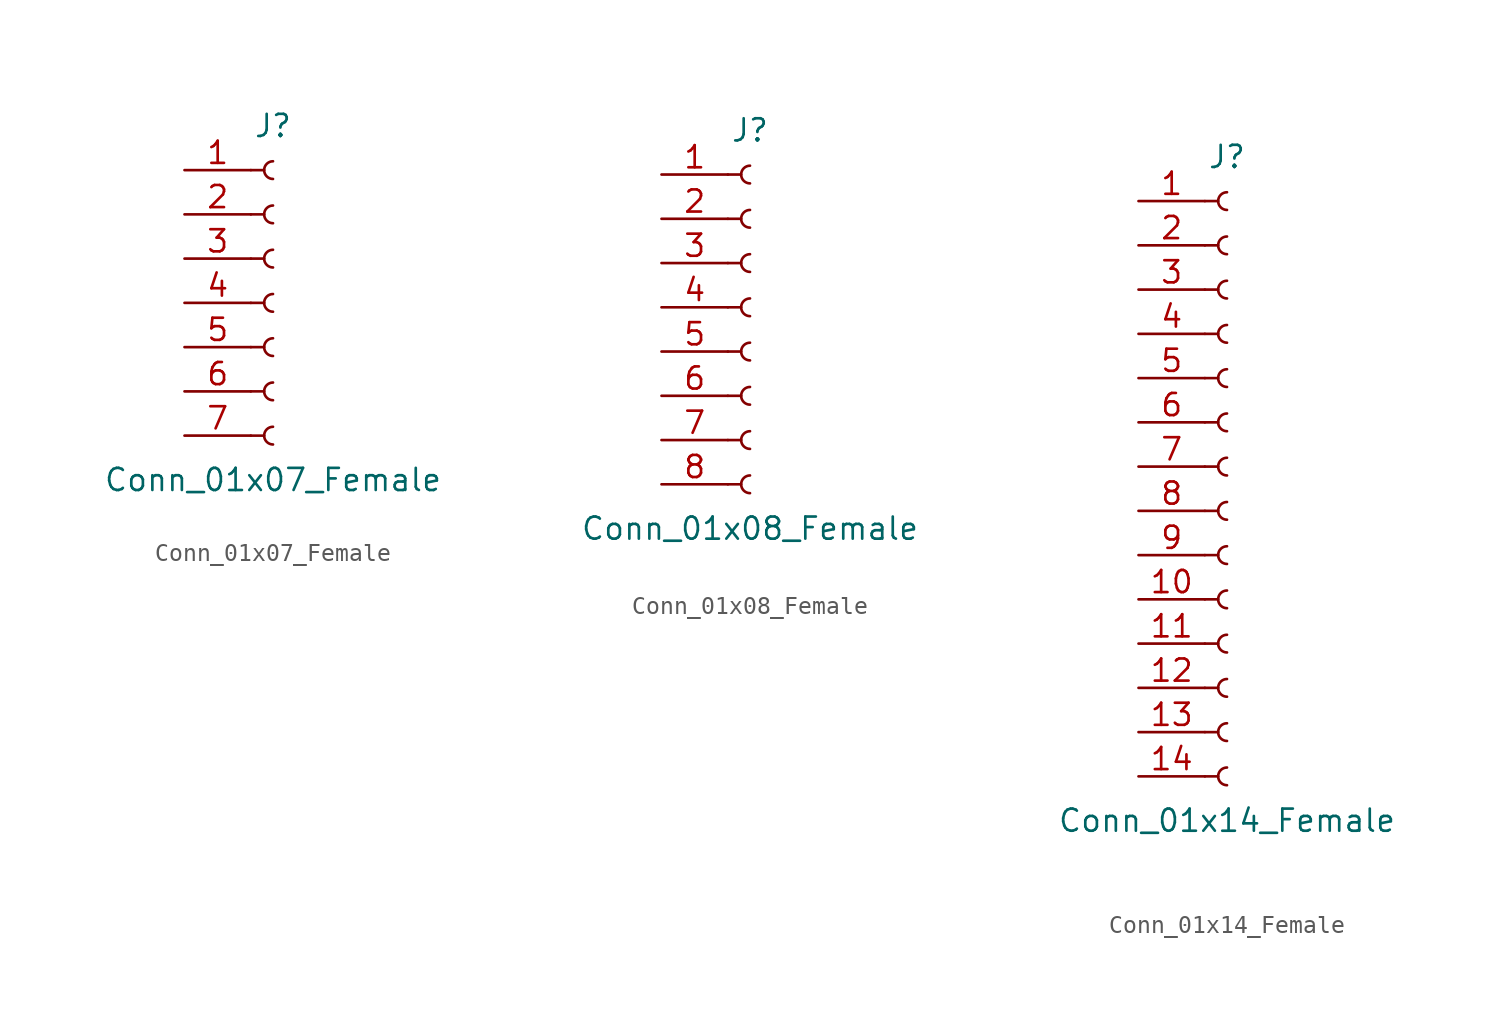
<source format=kicad_sym>
(kicad_symbol_lib
  (version 20220914)
  (generator kicad_symbol_editor)
  (symbol "Conn_01x07_Female"
    (pin_names
      (offset 1.016) hide)
    (property "Reference" "J"
      (at 0 10.16 0)
      (effects (font (size 1.27 1.27))))
    (property "Value" "Conn_01x07_Female"
      (at 0 -10.16 0)
      (effects (font (size 1.27 1.27))))
    (symbol "Conn_01x07_Female_1_1"
      (arc (start 0 -7.112) (mid -0.5058 -7.62) (end 0 -8.128) (stroke (width 0.1524) (type default)) (fill (type none)))
      (arc (start 0 -4.572) (mid -0.5058 -5.08) (end 0 -5.588) (stroke (width 0.1524) (type default)) (fill (type none)))
      (arc (start 0 -2.032) (mid -0.5058 -2.54) (end 0 -3.048) (stroke (width 0.1524) (type default)) (fill (type none)))
      (polyline (pts (xy -1.27 -7.62) (xy -0.508 -7.62)) (stroke (width 0.152) (type default)) (fill (type none)))
      (polyline (pts (xy -1.27 -5.08) (xy -0.508 -5.08)) (stroke (width 0.152) (type default)) (fill (type none)))
      (polyline (pts (xy -1.27 -2.54) (xy -0.508 -2.54)) (stroke (width 0.152) (type default)) (fill (type none)))
      (polyline (pts (xy -1.27 0) (xy -0.508 0)) (stroke (width 0.152) (type default)) (fill (type none)))
      (polyline (pts (xy -1.27 2.54) (xy -0.508 2.54)) (stroke (width 0.152) (type default)) (fill (type none)))
      (polyline (pts (xy -1.27 5.08) (xy -0.508 5.08)) (stroke (width 0.152) (type default)) (fill (type none)))
      (polyline (pts (xy -1.27 7.62) (xy -0.508 7.62)) (stroke (width 0.152) (type default)) (fill (type none)))
      (arc (start 0 0.508) (mid -0.5058 0) (end 0 -0.508) (stroke (width 0.1524) (type default)) (fill (type none)))
      (arc (start 0 3.048) (mid -0.5058 2.54) (end 0 2.032) (stroke (width 0.1524) (type default)) (fill (type none)))
      (arc (start 0 5.588) (mid -0.5058 5.08) (end 0 4.572) (stroke (width 0.1524) (type default)) (fill (type none)))
      (arc (start 0 8.128) (mid -0.5058 7.62) (end 0 7.112) (stroke (width 0.1524) (type default)) (fill (type none)))
      (pin passive line (at -5.08 7.62 0) (length 3.81) (name "Pin_1" (effects (font (size 1.27 1.27)))) (number "1" (effects (font (size 1.27 1.27)))))
      (pin passive line (at -5.08 5.08 0) (length 3.81) (name "Pin_2" (effects (font (size 1.27 1.27)))) (number "2" (effects (font (size 1.27 1.27)))))
      (pin passive line (at -5.08 2.54 0) (length 3.81) (name "Pin_3" (effects (font (size 1.27 1.27)))) (number "3" (effects (font (size 1.27 1.27)))))
      (pin passive line (at -5.08 0 0) (length 3.81) (name "Pin_4" (effects (font (size 1.27 1.27)))) (number "4" (effects (font (size 1.27 1.27)))))
      (pin passive line (at -5.08 -2.54 0) (length 3.81) (name "Pin_5" (effects (font (size 1.27 1.27)))) (number "5" (effects (font (size 1.27 1.27)))))
      (pin passive line (at -5.08 -5.08 0) (length 3.81) (name "Pin_6" (effects (font (size 1.27 1.27)))) (number "6" (effects (font (size 1.27 1.27)))))
      (pin passive line (at -5.08 -7.62 0) (length 3.81) (name "Pin_7" (effects (font (size 1.27 1.27)))) (number "7" (effects (font (size 1.27 1.27)))))))
  (symbol "Conn_01x08_Female"
    (pin_names
      (offset 1.016) hide)
    (property "Reference" "J"
      (at 0 10.16 0)
      (effects (font (size 1.27 1.27))))
    (property "Value" "Conn_01x08_Female"
      (at 0 -12.7 0)
      (effects (font (size 1.27 1.27))))
    (symbol "Conn_01x08_Female_1_1"
      (arc (start 0 -9.652) (mid -0.5058 -10.16) (end 0 -10.668) (stroke (width 0.1524) (type default)) (fill (type none)))
      (arc (start 0 -7.112) (mid -0.5058 -7.62) (end 0 -8.128) (stroke (width 0.1524) (type default)) (fill (type none)))
      (arc (start 0 -4.572) (mid -0.5058 -5.08) (end 0 -5.588) (stroke (width 0.1524) (type default)) (fill (type none)))
      (arc (start 0 -2.032) (mid -0.5058 -2.54) (end 0 -3.048) (stroke (width 0.1524) (type default)) (fill (type none)))
      (polyline (pts (xy -1.27 -10.16) (xy -0.508 -10.16)) (stroke (width 0.152) (type default)) (fill (type none)))
      (polyline (pts (xy -1.27 -7.62) (xy -0.508 -7.62)) (stroke (width 0.152) (type default)) (fill (type none)))
      (polyline (pts (xy -1.27 -5.08) (xy -0.508 -5.08)) (stroke (width 0.152) (type default)) (fill (type none)))
      (polyline (pts (xy -1.27 -2.54) (xy -0.508 -2.54)) (stroke (width 0.152) (type default)) (fill (type none)))
      (polyline (pts (xy -1.27 0) (xy -0.508 0)) (stroke (width 0.152) (type default)) (fill (type none)))
      (polyline (pts (xy -1.27 2.54) (xy -0.508 2.54)) (stroke (width 0.152) (type default)) (fill (type none)))
      (polyline (pts (xy -1.27 5.08) (xy -0.508 5.08)) (stroke (width 0.152) (type default)) (fill (type none)))
      (polyline (pts (xy -1.27 7.62) (xy -0.508 7.62)) (stroke (width 0.152) (type default)) (fill (type none)))
      (arc (start 0 0.508) (mid -0.5058 0) (end 0 -0.508) (stroke (width 0.1524) (type default)) (fill (type none)))
      (arc (start 0 3.048) (mid -0.5058 2.54) (end 0 2.032) (stroke (width 0.1524) (type default)) (fill (type none)))
      (arc (start 0 5.588) (mid -0.5058 5.08) (end 0 4.572) (stroke (width 0.1524) (type default)) (fill (type none)))
      (arc (start 0 8.128) (mid -0.5058 7.62) (end 0 7.112) (stroke (width 0.1524) (type default)) (fill (type none)))
      (pin passive line (at -5.08 7.62 0) (length 3.81) (name "Pin_1" (effects (font (size 1.27 1.27)))) (number "1" (effects (font (size 1.27 1.27)))))
      (pin passive line (at -5.08 5.08 0) (length 3.81) (name "Pin_2" (effects (font (size 1.27 1.27)))) (number "2" (effects (font (size 1.27 1.27)))))
      (pin passive line (at -5.08 2.54 0) (length 3.81) (name "Pin_3" (effects (font (size 1.27 1.27)))) (number "3" (effects (font (size 1.27 1.27)))))
      (pin passive line (at -5.08 0 0) (length 3.81) (name "Pin_4" (effects (font (size 1.27 1.27)))) (number "4" (effects (font (size 1.27 1.27)))))
      (pin passive line (at -5.08 -2.54 0) (length 3.81) (name "Pin_5" (effects (font (size 1.27 1.27)))) (number "5" (effects (font (size 1.27 1.27)))))
      (pin passive line (at -5.08 -5.08 0) (length 3.81) (name "Pin_6" (effects (font (size 1.27 1.27)))) (number "6" (effects (font (size 1.27 1.27)))))
      (pin passive line (at -5.08 -7.62 0) (length 3.81) (name "Pin_7" (effects (font (size 1.27 1.27)))) (number "7" (effects (font (size 1.27 1.27)))))
      (pin passive line (at -5.08 -10.16 0) (length 3.81) (name "Pin_8" (effects (font (size 1.27 1.27)))) (number "8" (effects (font (size 1.27 1.27)))))))
  (symbol "Conn_01x14_Female"
    (pin_names
      (offset 1.016) hide)
    (property "Reference" "J"
      (at 0 17.78 0)
      (effects (font (size 1.27 1.27))))
    (property "Value" "Conn_01x14_Female"
      (at 0 -20.32 0)
      (effects (font (size 1.27 1.27))))
    (symbol "Conn_01x14_Female_1_1"
      (arc (start 0 -17.272) (mid -0.5058 -17.78) (end 0 -18.288) (stroke (width 0.1524) (type default)) (fill (type none)))
      (arc (start 0 -14.732) (mid -0.5058 -15.24) (end 0 -15.748) (stroke (width 0.1524) (type default)) (fill (type none)))
      (arc (start 0 -12.192) (mid -0.5058 -12.7) (end 0 -13.208) (stroke (width 0.1524) (type default)) (fill (type none)))
      (arc (start 0 -9.652) (mid -0.5058 -10.16) (end 0 -10.668) (stroke (width 0.1524) (type default)) (fill (type none)))
      (arc (start 0 -7.112) (mid -0.5058 -7.62) (end 0 -8.128) (stroke (width 0.1524) (type default)) (fill (type none)))
      (arc (start 0 -4.572) (mid -0.5058 -5.08) (end 0 -5.588) (stroke (width 0.1524) (type default)) (fill (type none)))
      (arc (start 0 -2.032) (mid -0.5058 -2.54) (end 0 -3.048) (stroke (width 0.1524) (type default)) (fill (type none)))
      (polyline (pts (xy -1.27 -17.78) (xy -0.508 -17.78)) (stroke (width 0.152) (type default)) (fill (type none)))
      (polyline (pts (xy -1.27 -15.24) (xy -0.508 -15.24)) (stroke (width 0.152) (type default)) (fill (type none)))
      (polyline (pts (xy -1.27 -12.7) (xy -0.508 -12.7)) (stroke (width 0.152) (type default)) (fill (type none)))
      (polyline (pts (xy -1.27 -10.16) (xy -0.508 -10.16)) (stroke (width 0.152) (type default)) (fill (type none)))
      (polyline (pts (xy -1.27 -7.62) (xy -0.508 -7.62)) (stroke (width 0.152) (type default)) (fill (type none)))
      (polyline (pts (xy -1.27 -5.08) (xy -0.508 -5.08)) (stroke (width 0.152) (type default)) (fill (type none)))
      (polyline (pts (xy -1.27 -2.54) (xy -0.508 -2.54)) (stroke (width 0.152) (type default)) (fill (type none)))
      (polyline (pts (xy -1.27 0) (xy -0.508 0)) (stroke (width 0.152) (type default)) (fill (type none)))
      (polyline (pts (xy -1.27 2.54) (xy -0.508 2.54)) (stroke (width 0.152) (type default)) (fill (type none)))
      (polyline (pts (xy -1.27 5.08) (xy -0.508 5.08)) (stroke (width 0.152) (type default)) (fill (type none)))
      (polyline (pts (xy -1.27 7.62) (xy -0.508 7.62)) (stroke (width 0.152) (type default)) (fill (type none)))
      (polyline (pts (xy -1.27 10.16) (xy -0.508 10.16)) (stroke (width 0.152) (type default)) (fill (type none)))
      (polyline (pts (xy -1.27 12.7) (xy -0.508 12.7)) (stroke (width 0.152) (type default)) (fill (type none)))
      (polyline (pts (xy -1.27 15.24) (xy -0.508 15.24)) (stroke (width 0.152) (type default)) (fill (type none)))
      (arc (start 0 0.508) (mid -0.5058 0) (end 0 -0.508) (stroke (width 0.1524) (type default)) (fill (type none)))
      (arc (start 0 3.048) (mid -0.5058 2.54) (end 0 2.032) (stroke (width 0.1524) (type default)) (fill (type none)))
      (arc (start 0 5.588) (mid -0.5058 5.08) (end 0 4.572) (stroke (width 0.1524) (type default)) (fill (type none)))
      (arc (start 0 8.128) (mid -0.5058 7.62) (end 0 7.112) (stroke (width 0.1524) (type default)) (fill (type none)))
      (arc (start 0 10.668) (mid -0.5058 10.16) (end 0 9.652) (stroke (width 0.1524) (type default)) (fill (type none)))
      (arc (start 0 13.208) (mid -0.5058 12.7) (end 0 12.192) (stroke (width 0.1524) (type default)) (fill (type none)))
      (arc (start 0 15.748) (mid -0.5058 15.24) (end 0 14.732) (stroke (width 0.1524) (type default)) (fill (type none)))
      (pin passive line (at -5.08 15.24 0) (length 3.81) (name "Pin_1" (effects (font (size 1.27 1.27)))) (number "1" (effects (font (size 1.27 1.27)))))
      (pin passive line (at -5.08 -7.62 0) (length 3.81) (name "Pin_10" (effects (font (size 1.27 1.27)))) (number "10" (effects (font (size 1.27 1.27)))))
      (pin passive line (at -5.08 -10.16 0) (length 3.81) (name "Pin_11" (effects (font (size 1.27 1.27)))) (number "11" (effects (font (size 1.27 1.27)))))
      (pin passive line (at -5.08 -12.7 0) (length 3.81) (name "Pin_12" (effects (font (size 1.27 1.27)))) (number "12" (effects (font (size 1.27 1.27)))))
      (pin passive line (at -5.08 -15.24 0) (length 3.81) (name "Pin_13" (effects (font (size 1.27 1.27)))) (number "13" (effects (font (size 1.27 1.27)))))
      (pin passive line (at -5.08 -17.78 0) (length 3.81) (name "Pin_14" (effects (font (size 1.27 1.27)))) (number "14" (effects (font (size 1.27 1.27)))))
      (pin passive line (at -5.08 12.7 0) (length 3.81) (name "Pin_2" (effects (font (size 1.27 1.27)))) (number "2" (effects (font (size 1.27 1.27)))))
      (pin passive line (at -5.08 10.16 0) (length 3.81) (name "Pin_3" (effects (font (size 1.27 1.27)))) (number "3" (effects (font (size 1.27 1.27)))))
      (pin passive line (at -5.08 7.62 0) (length 3.81) (name "Pin_4" (effects (font (size 1.27 1.27)))) (number "4" (effects (font (size 1.27 1.27)))))
      (pin passive line (at -5.08 5.08 0) (length 3.81) (name "Pin_5" (effects (font (size 1.27 1.27)))) (number "5" (effects (font (size 1.27 1.27)))))
      (pin passive line (at -5.08 2.54 0) (length 3.81) (name "Pin_6" (effects (font (size 1.27 1.27)))) (number "6" (effects (font (size 1.27 1.27)))))
      (pin passive line (at -5.08 0 0) (length 3.81) (name "Pin_7" (effects (font (size 1.27 1.27)))) (number "7" (effects (font (size 1.27 1.27)))))
      (pin passive line (at -5.08 -2.54 0) (length 3.81) (name "Pin_8" (effects (font (size 1.27 1.27)))) (number "8" (effects (font (size 1.27 1.27)))))
      (pin passive line (at -5.08 -5.08 0) (length 3.81) (name "Pin_9" (effects (font (size 1.27 1.27)))) (number "9" (effects (font (size 1.27 1.27))))))))
</source>
